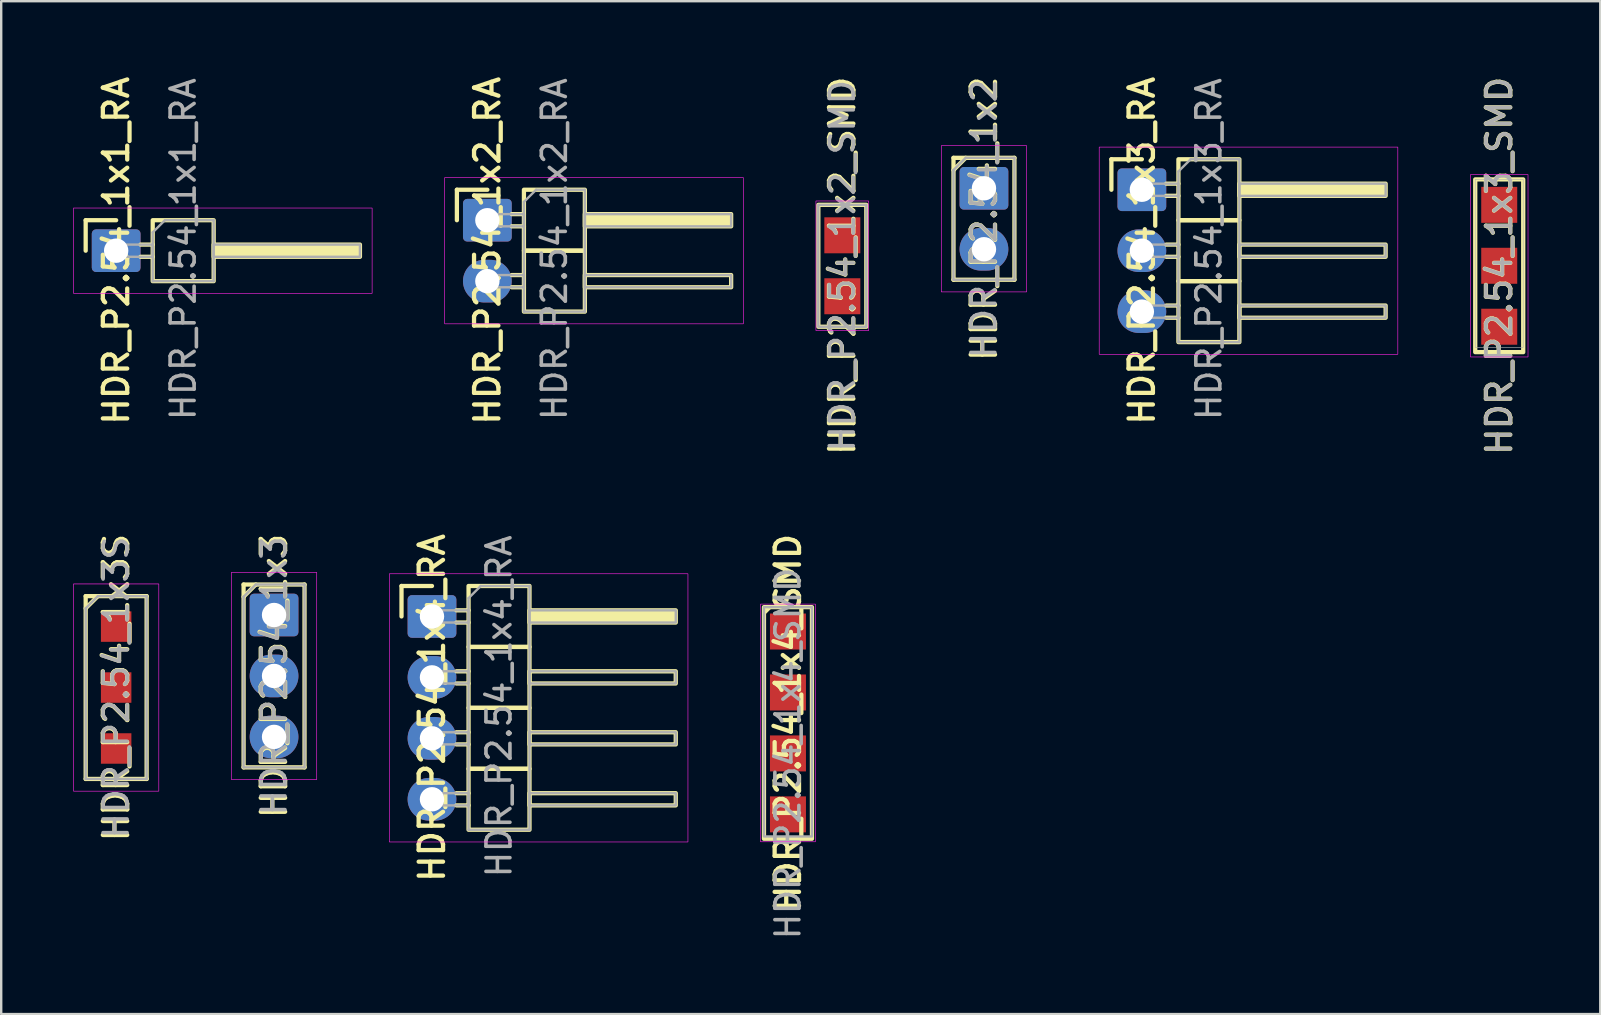
<source format=kicad_pcb>
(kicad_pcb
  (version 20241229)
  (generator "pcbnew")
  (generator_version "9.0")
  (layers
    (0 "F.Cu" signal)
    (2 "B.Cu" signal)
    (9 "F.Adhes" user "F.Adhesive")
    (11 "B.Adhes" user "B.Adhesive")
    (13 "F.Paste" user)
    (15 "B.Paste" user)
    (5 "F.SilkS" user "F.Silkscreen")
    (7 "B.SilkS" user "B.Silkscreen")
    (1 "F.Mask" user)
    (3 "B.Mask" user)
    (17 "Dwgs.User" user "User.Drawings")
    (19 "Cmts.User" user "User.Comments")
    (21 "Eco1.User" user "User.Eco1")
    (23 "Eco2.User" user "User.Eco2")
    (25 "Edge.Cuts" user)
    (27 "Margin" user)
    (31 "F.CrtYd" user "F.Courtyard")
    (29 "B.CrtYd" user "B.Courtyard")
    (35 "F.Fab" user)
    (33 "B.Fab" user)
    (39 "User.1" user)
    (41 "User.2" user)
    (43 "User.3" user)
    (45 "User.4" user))
  (footprint "HDR_P2.54_1x2"
    (layer "F.Cu")
    (at 37.959 6.068)
    (property "Reference" "HDR_P2.54_1x2" (at 0 0 90) (layer "F.SilkS") (effects (font (size 1.016 1.016) (thickness 0.178))))
    (attr through_hole)
    (fp_line (start -1.27 -2.54) (end -1.27 2.54) (stroke (width 0.178) (type solid)) (layer "F.SilkS"))
    (fp_line (start -1.27 -2.54) (end 1.27 -2.54) (stroke (width 0.178) (type solid)) (layer "F.SilkS"))
    (fp_line (start -1.27 -2.032) (end -0.762 -2.54) (stroke (width 0.178) (type solid)) (layer "F.SilkS"))
    (fp_line (start -1.27 2.54) (end 1.27 2.54) (stroke (width 0.178) (type solid)) (layer "F.SilkS"))
    (fp_line (start 1.27 -2.54) (end 1.27 2.54) (stroke (width 0.178) (type solid)) (layer "F.SilkS"))
    (fp_rect (start -1.778 -3.048) (end 1.778 3.048) (stroke (width 0.025) (type solid)) (fill no) (layer "F.CrtYd"))
    (fp_line (start -1.27 -2.032) (end -0.762 -2.54) (stroke (width 0.1) (type solid)) (layer "F.Fab"))
    (fp_line (start -1.27 2.54) (end -1.27 -2.032) (stroke (width 0.1) (type solid)) (layer "F.Fab"))
    (fp_line (start -0.762 -2.54) (end 1.27 -2.54) (stroke (width 0.1) (type solid)) (layer "F.Fab"))
    (fp_line (start 1.27 -2.54) (end 1.27 2.54) (stroke (width 0.1) (type solid)) (layer "F.Fab"))
    (fp_line (start 1.27 2.54) (end -1.27 2.54) (stroke (width 0.1) (type solid)) (layer "F.Fab"))
    (fp_text user "${REFERENCE}" (at 0 0 90) (layer "F.Fab") (effects (font (size 1 1) (thickness 0.15))))
    (pad "1" thru_hole roundrect (at 0 -1.27) (size 2.032 1.778) (drill 1.016) (layers "*.Cu" "*.Mask") (roundrect_rratio 0.1))
    (pad "2" thru_hole oval (at 0 1.27) (size 2.032 1.778) (drill 1.016) (layers "*.Cu" "*.Mask")))
  (footprint "HDR_P2.54_1x3_SMD"
    (layer "F.Cu")
    (at 59.434 8.027)
    (property "Reference" "HDR_P2.54_1x3_SMD" (at 0 0 90) (layer "F.SilkS") (effects (font (size 1.016 1.016) (thickness 0.178))))
    (attr smd)
    (fp_rect (start -1 -3.6) (end 1 3.6) (stroke (width 0.178) (type solid)) (fill no) (layer "F.SilkS"))
    (fp_rect (start -1.2 -3.8) (end 1.2 3.8) (stroke (width 0.025) (type solid)) (fill no) (layer "F.CrtYd"))
    (fp_rect (start -1 3.4) (end 1 -3.6) (stroke (width 0.025) (type solid)) (fill no) (layer "F.Fab"))
    (fp_text user "${REFERENCE}" (at 0 0 90) (layer "F.Fab") (effects (font (size 1.016 1.016) (thickness 0.152))))
    (pad "1" smd rect (at 0 -2.54) (size 1.5 1.5) (layers "F.Cu" "F.Mask" "F.Paste"))
    (pad "2" smd rect (at 0 0) (size 1.5 1.5) (layers "F.Cu" "F.Mask" "F.Paste"))
    (pad "3" smd rect (at 0 2.54) (size 1.5 1.5) (layers "F.Cu" "F.Mask" "F.Paste")))
  (footprint "HDR_P2.54_1x2_SMD"
    (layer "F.Cu")
    (at 32.056 8.027)
    (property "Reference" "HDR_P2.54_1x2_SMD" (at 0 0 90) (layer "F.SilkS") (effects (font (size 1.016 1.016) (thickness 0.178))))
    (attr smd)
    (fp_rect (start -1 -2.54) (end 1 2.54) (stroke (width 0.178) (type solid)) (fill no) (layer "F.SilkS"))
    (fp_rect (start -1.1 -2.7) (end 1.1 2.7) (stroke (width 0.025) (type solid)) (fill no) (layer "F.CrtYd"))
    (fp_rect (start -1 -2.54) (end 1 2.54) (stroke (width 0.1) (type solid)) (fill no) (layer "F.Fab"))
    (fp_text user "${REFERENCE}" (at 0 0 90) (layer "F.Fab") (effects (font (size 1 1) (thickness 0.15))))
    (pad "1" smd rect (at 0 -1.27) (size 1.5 1.5) (layers "F.Cu" "F.Mask" "F.Paste"))
    (pad "2" smd rect (at 0 1.27) (size 1.5 1.5) (layers "F.Cu" "F.Mask" "F.Paste")))
  (footprint "HDR_P2.54_1x2_RA"
    (layer "F.Cu")
    (at 17.262 7.398)
    (property "Reference" "HDR_P2.54_1x2_RA" (at 0 0 90) (layer "F.SilkS") (effects (font (size 1.016 1.016) (thickness 0.178))))
    (attr through_hole)
    (fp_line (start -1.27 -2.54) (end 0 -2.54) (stroke (width 0.178) (type solid)) (layer "F.SilkS"))
    (fp_line (start -1.27 -1.27) (end -1.27 -2.54) (stroke (width 0.178) (type solid)) (layer "F.SilkS"))
    (fp_line (start 1.016 -1.524) (end 1.524 -1.524) (stroke (width 0.178) (type solid)) (layer "F.SilkS"))
    (fp_line (start 1.016 -1.016) (end 1.524 -1.016) (stroke (width 0.178) (type solid)) (layer "F.SilkS"))
    (fp_line (start 1.016 1.016) (end 1.524 1.016) (stroke (width 0.178) (type solid)) (layer "F.SilkS"))
    (fp_line (start 1.016 1.524) (end 1.524 1.524) (stroke (width 0.178) (type solid)) (layer "F.SilkS"))
    (fp_rect (start 1.524 0) (end 4.064 -2.54) (stroke (width 0.178) (type solid)) (fill no) (layer "F.SilkS"))
    (fp_rect (start 1.524 2.54) (end 4.064 0) (stroke (width 0.178) (type solid)) (fill no) (layer "F.SilkS"))
    (fp_rect (start 4.064 -1.524) (end 10.16 -1.016) (stroke (width 0.178) (type solid)) (fill yes) (layer "F.SilkS"))
    (fp_rect (start 4.064 1.016) (end 10.16 1.524) (stroke (width 0.178) (type solid)) (fill no) (layer "F.SilkS"))
    (fp_rect (start -1.778 -3.048) (end 10.668 3.048) (stroke (width 0.025) (type solid)) (fill no) (layer "F.CrtYd"))
    (fp_line (start 1.524 -2.032) (end 2.032 -2.54) (stroke (width 0.1) (type solid)) (layer "F.Fab"))
    (fp_line (start 1.524 2.54) (end 1.524 -2.032) (stroke (width 0.1) (type solid)) (layer "F.Fab"))
    (fp_line (start 2.032 -2.54) (end 4.064 -2.54) (stroke (width 0.1) (type solid)) (layer "F.Fab"))
    (fp_line (start 4.064 -2.54) (end 4.064 2.54) (stroke (width 0.1) (type solid)) (layer "F.Fab"))
    (fp_line (start 4.064 2.54) (end 1.524 2.54) (stroke (width 0.1) (type solid)) (layer "F.Fab"))
    (fp_rect (start -0.254 -1.524) (end 1.524 -1.016) (stroke (width 0.1) (type solid)) (fill no) (layer "F.Fab"))
    (fp_rect (start -0.254 1.524) (end 1.524 1.016) (stroke (width 0.1) (type solid)) (fill no) (layer "F.Fab"))
    (fp_rect (start 4.064 -1.524) (end 10.16 -1.016) (stroke (width 0.1) (type solid)) (fill no) (layer "F.Fab"))
    (fp_rect (start 4.064 1.016) (end 10.16 1.524) (stroke (width 0.1) (type solid)) (fill no) (layer "F.Fab"))
    (fp_text user "${REFERENCE}" (at 2.794 -0.066 90) (layer "F.Fab") (effects (font (size 1 1) (thickness 0.15))))
    (pad "1" thru_hole roundrect (at 0 -1.27) (size 2.032 1.778) (drill 1.016) (layers "*.Cu" "*.Mask") (roundrect_rratio 0.1))
    (pad "2" thru_hole oval (at 0 1.27) (size 2.032 1.778) (drill 1.016) (layers "*.Cu" "*.Mask")))
  (footprint "HDR_P2.54_1x1_RA"
    (layer "F.Cu")
    (at 1.791 7.398)
    (property "Reference" "HDR_P2.54_1x1_RA" (at 0 0 90) (layer "F.SilkS") (effects (font (size 1.016 1.016) (thickness 0.178))))
    (attr through_hole)
    (fp_line (start -1.27 -1.27) (end 0 -1.27) (stroke (width 0.178) (type solid)) (layer "F.SilkS"))
    (fp_line (start -1.27 0) (end -1.27 -1.27) (stroke (width 0.178) (type solid)) (layer "F.SilkS"))
    (fp_line (start 1.016 -0.254) (end 1.524 -0.254) (stroke (width 0.178) (type solid)) (layer "F.SilkS"))
    (fp_line (start 1.016 0.254) (end 1.524 0.254) (stroke (width 0.178) (type solid)) (layer "F.SilkS"))
    (fp_rect (start 1.524 1.27) (end 4.064 -1.27) (stroke (width 0.178) (type solid)) (fill no) (layer "F.SilkS"))
    (fp_rect (start 4.064 -0.254) (end 10.16 0.254) (stroke (width 0.178) (type solid)) (fill yes) (layer "F.SilkS"))
    (fp_rect (start -1.778 -1.778) (end 10.668 1.778) (stroke (width 0.025) (type solid)) (fill no) (layer "F.CrtYd"))
    (fp_line (start 1.524 -0.762) (end 2.032 -1.27) (stroke (width 0.1) (type solid)) (layer "F.Fab"))
    (fp_line (start 1.524 1.27) (end 1.524 -0.762) (stroke (width 0.1) (type solid)) (layer "F.Fab"))
    (fp_line (start 2.032 -1.27) (end 4.064 -1.27) (stroke (width 0.1) (type solid)) (layer "F.Fab"))
    (fp_line (start 4.064 -1.27) (end 4.064 1.27) (stroke (width 0.1) (type solid)) (layer "F.Fab"))
    (fp_line (start 4.064 1.27) (end 1.524 1.27) (stroke (width 0.1) (type solid)) (layer "F.Fab"))
    (fp_rect (start -0.254 0.254) (end 1.524 -0.254) (stroke (width 0.1) (type solid)) (fill no) (layer "F.Fab"))
    (fp_rect (start 4.064 -0.254) (end 10.16 0.254) (stroke (width 0.1) (type solid)) (fill no) (layer "F.Fab"))
    (fp_text user "${REFERENCE}" (at 2.794 -0.066 90) (layer "F.Fab") (effects (font (size 1 1) (thickness 0.15))))
    (pad "1" thru_hole roundrect (at 0 0) (size 2.032 1.778) (drill 1.016) (layers "*.Cu" "*.Mask") (roundrect_rratio 0.1)))
  (footprint "HDR_P2.54_1x3S"
    (layer "F.Cu")
    (at 1.791 25.605)
    (property "Reference" "HDR_P2.54_1x3S" (at 0 0 90) (layer "F.SilkS") (effects (font (size 1.016 1.016) (thickness 0.178))))
    (attr through_hole)
    (fp_line (start -1.27 -3.81) (end -1.27 3.81) (stroke (width 0.178) (type solid)) (layer "F.SilkS"))
    (fp_line (start -1.27 -3.81) (end 1.27 -3.81) (stroke (width 0.178) (type solid)) (layer "F.SilkS"))
    (fp_line (start -1.27 -3.302) (end -0.762 -3.81) (stroke (width 0.178) (type solid)) (layer "F.SilkS"))
    (fp_line (start -1.27 3.81) (end 1.27 3.81) (stroke (width 0.178) (type solid)) (layer "F.SilkS"))
    (fp_line (start 1.27 -3.81) (end 1.27 3.81) (stroke (width 0.178) (type solid)) (layer "F.SilkS"))
    (fp_rect (start -1.778 -4.318) (end 1.778 4.318) (stroke (width 0.025) (type solid)) (fill no) (layer "F.CrtYd"))
    (fp_line (start -1.27 -3.302) (end -0.762 -3.81) (stroke (width 0.1) (type solid)) (layer "F.Fab"))
    (fp_line (start -1.27 3.81) (end -1.27 -3.302) (stroke (width 0.1) (type solid)) (layer "F.Fab"))
    (fp_line (start -0.762 -3.81) (end 1.27 -3.81) (stroke (width 0.1) (type solid)) (layer "F.Fab"))
    (fp_line (start 1.27 -3.81) (end 1.27 3.81) (stroke (width 0.1) (type solid)) (layer "F.Fab"))
    (fp_line (start 1.27 3.81) (end -1.27 3.81) (stroke (width 0.1) (type solid)) (layer "F.Fab"))
    (fp_text user "${REFERENCE}" (at 0 0 90) (layer "F.Fab") (effects (font (size 1 1) (thickness 0.15))))
    (pad "1" smd rect (at 0 -2.54) (size 1.27 1.27) (layers "F.Cu" "F.Mask" "F.Paste"))
    (pad "2" smd rect (at 0 0) (size 1.27 1.27) (layers "F.Cu" "F.Mask" "F.Paste"))
    (pad "3" smd rect (at 0 2.54) (size 1.27 1.27) (layers "F.Cu" "F.Mask" "F.Paste")))
  (footprint "HDR_P2.54_1x4_RA"
    (layer "F.Cu")
    (at 14.954 26.452)
    (property "Reference" "HDR_P2.54_1x4_RA" (at 0 0 90) (layer "F.SilkS") (effects (font (size 1.016 1.016) (thickness 0.178))))
    (attr through_hole)
    (fp_line (start -1.27 -5.08) (end 0 -5.08) (stroke (width 0.178) (type solid)) (layer "F.SilkS"))
    (fp_line (start -1.27 -3.81) (end -1.27 -5.08) (stroke (width 0.178) (type solid)) (layer "F.SilkS"))
    (fp_line (start 1.016 -4.064) (end 1.524 -4.064) (stroke (width 0.178) (type solid)) (layer "F.SilkS"))
    (fp_line (start 1.016 -3.556) (end 1.524 -3.556) (stroke (width 0.178) (type solid)) (layer "F.SilkS"))
    (fp_line (start 1.016 -1.524) (end 1.524 -1.524) (stroke (width 0.178) (type solid)) (layer "F.SilkS"))
    (fp_line (start 1.016 -1.016) (end 1.524 -1.016) (stroke (width 0.178) (type solid)) (layer "F.SilkS"))
    (fp_line (start 1.016 1.016) (end 1.524 1.016) (stroke (width 0.178) (type solid)) (layer "F.SilkS"))
    (fp_line (start 1.016 1.524) (end 1.524 1.524) (stroke (width 0.178) (type solid)) (layer "F.SilkS"))
    (fp_line (start 1.016 3.556) (end 1.524 3.556) (stroke (width 0.178) (type solid)) (layer "F.SilkS"))
    (fp_line (start 1.016 4.064) (end 1.524 4.064) (stroke (width 0.178) (type solid)) (layer "F.SilkS"))
    (fp_rect (start 1.524 -2.54) (end 4.064 -5.08) (stroke (width 0.178) (type solid)) (fill no) (layer "F.SilkS"))
    (fp_rect (start 1.524 0) (end 4.064 -2.54) (stroke (width 0.178) (type solid)) (fill no) (layer "F.SilkS"))
    (fp_rect (start 1.524 2.54) (end 4.064 0) (stroke (width 0.178) (type solid)) (fill no) (layer "F.SilkS"))
    (fp_rect (start 1.524 5.08) (end 4.064 2.54) (stroke (width 0.178) (type solid)) (fill no) (layer "F.SilkS"))
    (fp_rect (start 4.064 -4.064) (end 10.16 -3.556) (stroke (width 0.178) (type solid)) (fill yes) (layer "F.SilkS"))
    (fp_rect (start 4.064 -1.524) (end 10.16 -1.016) (stroke (width 0.178) (type solid)) (fill no) (layer "F.SilkS"))
    (fp_rect (start 4.064 1.016) (end 10.16 1.524) (stroke (width 0.178) (type solid)) (fill no) (layer "F.SilkS"))
    (fp_rect (start 4.064 3.556) (end 10.16 4.064) (stroke (width 0.178) (type solid)) (fill no) (layer "F.SilkS"))
    (fp_rect (start -1.778 -5.588) (end 10.668 5.588) (stroke (width 0.025) (type solid)) (fill no) (layer "F.CrtYd"))
    (fp_line (start 1.524 -4.572) (end 2.032 -5.08) (stroke (width 0.1) (type solid)) (layer "F.Fab"))
    (fp_line (start 1.524 5.08) (end 1.524 -4.572) (stroke (width 0.1) (type solid)) (layer "F.Fab"))
    (fp_line (start 2.032 -5.08) (end 4.064 -5.08) (stroke (width 0.1) (type solid)) (layer "F.Fab"))
    (fp_line (start 4.064 -5.08) (end 4.064 5.08) (stroke (width 0.1) (type solid)) (layer "F.Fab"))
    (fp_line (start 4.064 5.08) (end 1.524 5.08) (stroke (width 0.1) (type solid)) (layer "F.Fab"))
    (fp_rect (start -0.254 -4.064) (end 1.524 -3.556) (stroke (width 0.1) (type solid)) (fill no) (layer "F.Fab"))
    (fp_rect (start -0.254 -1.524) (end 1.524 -1.016) (stroke (width 0.1) (type solid)) (fill no) (layer "F.Fab"))
    (fp_rect (start -0.254 1.524) (end 1.524 1.016) (stroke (width 0.1) (type solid)) (fill no) (layer "F.Fab"))
    (fp_rect (start -0.254 3.556) (end 1.524 4.064) (stroke (width 0.1) (type solid)) (fill no) (layer "F.Fab"))
    (fp_rect (start 4.064 -4.064) (end 10.16 -3.556) (stroke (width 0.1) (type solid)) (fill no) (layer "F.Fab"))
    (fp_rect (start 4.064 -1.524) (end 10.16 -1.016) (stroke (width 0.1) (type solid)) (fill no) (layer "F.Fab"))
    (fp_rect (start 4.064 1.016) (end 10.16 1.524) (stroke (width 0.1) (type solid)) (fill no) (layer "F.Fab"))
    (fp_rect (start 4.064 3.556) (end 10.16 4.064) (stroke (width 0.1) (type solid)) (fill no) (layer "F.Fab"))
    (fp_text user "${REFERENCE}" (at 2.794 -0.066 90) (layer "F.Fab") (effects (font (size 1 1) (thickness 0.15))))
    (pad "1" thru_hole roundrect (at 0 -3.81) (size 2.032 1.778) (drill 1.016) (layers "*.Cu" "*.Mask") (roundrect_rratio 0.1))
    (pad "2" thru_hole oval (at 0 -1.27) (size 2.032 1.778) (drill 1.016) (layers "*.Cu" "*.Mask"))
    (pad "3" thru_hole oval (at 0 1.27) (size 2.032 1.778) (drill 1.016) (layers "*.Cu" "*.Mask"))
    (pad "4" thru_hole oval (at 0 3.81) (size 2.032 1.778) (drill 1.016) (layers "*.Cu" "*.Mask")))
  (footprint "HDR_P2.54_1x4_SMD"
    (layer "F.Cu")
    (at 29.79 27.081)
    (property "Reference" "HDR_P2.54_1x4_SMD" (at 0 0 90) (layer "F.SilkS") (effects (font (size 1.016 1.016) (thickness 0.178))))
    (attr smd)
    (fp_line (start -0.962 -4.626) (end -0.762 -4.826) (stroke (width 0.178) (type solid)) (layer "F.SilkS"))
    (fp_rect (start -1 -4.826) (end 1 4.826) (stroke (width 0.178) (type solid)) (fill no) (layer "F.SilkS"))
    (fp_rect (start -1.143 -4.953) (end 1.143 4.953) (stroke (width 0.025) (type solid)) (fill no) (layer "F.CrtYd"))
    (fp_rect (start -1 4.73) (end 1 -4.826) (stroke (width 0.1) (type solid)) (fill no) (layer "F.Fab"))
    (fp_text user "${REFERENCE}" (at 0 1.27 90) (layer "F.Fab") (effects (font (size 1 1) (thickness 0.15))))
    (pad "1" smd rect (at 0 -3.81) (size 1.5 1.5) (layers "F.Cu" "F.Mask" "F.Paste"))
    (pad "2" smd rect (at 0 -1.27) (size 1.5 1.5) (layers "F.Cu" "F.Mask" "F.Paste"))
    (pad "3" smd rect (at 0 1.27) (size 1.5 1.5) (layers "F.Cu" "F.Mask" "F.Paste"))
    (pad "4" smd rect (at 0 3.81) (size 1.5 1.5) (layers "F.Cu" "F.Mask" "F.Paste")))
  (footprint "HDR_P2.54_1x3"
    (layer "F.Cu")
    (at 8.372 25.122)
    (property "Reference" "HDR_P2.54_1x3" (at 0 0 90) (layer "F.SilkS") (effects (font (size 1.016 1.016) (thickness 0.178))))
    (attr through_hole)
    (fp_line (start -1.27 -3.81) (end -1.27 3.81) (stroke (width 0.178) (type solid)) (layer "F.SilkS"))
    (fp_line (start -1.27 -3.81) (end 1.27 -3.81) (stroke (width 0.178) (type solid)) (layer "F.SilkS"))
    (fp_line (start -1.27 -3.302) (end -0.762 -3.81) (stroke (width 0.178) (type solid)) (layer "F.SilkS"))
    (fp_line (start -1.27 3.81) (end 1.27 3.81) (stroke (width 0.178) (type solid)) (layer "F.SilkS"))
    (fp_line (start 1.27 -3.81) (end 1.27 3.81) (stroke (width 0.178) (type solid)) (layer "F.SilkS"))
    (fp_rect (start -1.778 -4.318) (end 1.778 4.318) (stroke (width 0.025) (type solid)) (fill no) (layer "F.CrtYd"))
    (fp_line (start -1.27 -3.302) (end -0.762 -3.81) (stroke (width 0.1) (type solid)) (layer "F.Fab"))
    (fp_line (start -1.27 3.81) (end -1.27 -3.302) (stroke (width 0.1) (type solid)) (layer "F.Fab"))
    (fp_line (start -0.762 -3.81) (end 1.27 -3.81) (stroke (width 0.1) (type solid)) (layer "F.Fab"))
    (fp_line (start 1.27 -3.81) (end 1.27 3.81) (stroke (width 0.1) (type solid)) (layer "F.Fab"))
    (fp_line (start 1.27 3.81) (end -1.27 3.81) (stroke (width 0.1) (type solid)) (layer "F.Fab"))
    (fp_text user "${REFERENCE}" (at 0 0 90) (layer "F.Fab") (effects (font (size 1 1) (thickness 0.15))))
    (pad "1" thru_hole roundrect (at 0 -2.54) (size 2.032 1.778) (drill 1.016) (layers "*.Cu" "*.Mask") (roundrect_rratio 0.1))
    (pad "2" thru_hole oval (at 0 0) (size 2.032 1.778) (drill 1.016) (layers "*.Cu" "*.Mask"))
    (pad "3" thru_hole oval (at 0 2.54) (size 2.032 1.778) (drill 1.016) (layers "*.Cu" "*.Mask")))
  (footprint "HDR_P2.54_1x3_RA"
    (layer "F.Cu")
    (at 44.54 7.398)
    (property "Reference" "HDR_P2.54_1x3_RA" (at 0 0 90) (layer "F.SilkS") (effects (font (size 1.016 1.016) (thickness 0.178))))
    (attr through_hole)
    (fp_line (start -1.27 -3.81) (end 0 -3.81) (stroke (width 0.178) (type solid)) (layer "F.SilkS"))
    (fp_line (start -1.27 -2.54) (end -1.27 -3.81) (stroke (width 0.178) (type solid)) (layer "F.SilkS"))
    (fp_line (start 1.016 -2.794) (end 1.524 -2.794) (stroke (width 0.178) (type solid)) (layer "F.SilkS"))
    (fp_line (start 1.016 -2.286) (end 1.524 -2.286) (stroke (width 0.178) (type solid)) (layer "F.SilkS"))
    (fp_line (start 1.016 -0.254) (end 1.524 -0.254) (stroke (width 0.178) (type solid)) (layer "F.SilkS"))
    (fp_line (start 1.016 0.254) (end 1.524 0.254) (stroke (width 0.178) (type solid)) (layer "F.SilkS"))
    (fp_line (start 1.016 2.286) (end 1.524 2.286) (stroke (width 0.178) (type solid)) (layer "F.SilkS"))
    (fp_line (start 1.016 2.794) (end 1.524 2.794) (stroke (width 0.178) (type solid)) (layer "F.SilkS"))
    (fp_rect (start 1.524 -1.27) (end 4.064 -3.81) (stroke (width 0.178) (type solid)) (fill no) (layer "F.SilkS"))
    (fp_rect (start 1.524 1.27) (end 4.064 -1.27) (stroke (width 0.178) (type solid)) (fill no) (layer "F.SilkS"))
    (fp_rect (start 1.524 3.81) (end 4.064 1.27) (stroke (width 0.178) (type solid)) (fill no) (layer "F.SilkS"))
    (fp_rect (start 4.064 -2.794) (end 10.16 -2.286) (stroke (width 0.178) (type solid)) (fill yes) (layer "F.SilkS"))
    (fp_rect (start 4.064 -0.254) (end 10.16 0.254) (stroke (width 0.178) (type solid)) (fill no) (layer "F.SilkS"))
    (fp_rect (start 4.064 2.286) (end 10.16 2.794) (stroke (width 0.178) (type solid)) (fill no) (layer "F.SilkS"))
    (fp_rect (start -1.778 -4.318) (end 10.668 4.318) (stroke (width 0.025) (type solid)) (fill no) (layer "F.CrtYd"))
    (fp_line (start 1.524 -3.302) (end 2.032 -3.81) (stroke (width 0.1) (type solid)) (layer "F.Fab"))
    (fp_line (start 1.524 3.81) (end 1.524 -3.302) (stroke (width 0.1) (type solid)) (layer "F.Fab"))
    (fp_line (start 2.032 -3.81) (end 4.064 -3.81) (stroke (width 0.1) (type solid)) (layer "F.Fab"))
    (fp_line (start 4.064 -3.81) (end 4.064 3.81) (stroke (width 0.1) (type solid)) (layer "F.Fab"))
    (fp_line (start 4.064 3.81) (end 1.524 3.81) (stroke (width 0.1) (type solid)) (layer "F.Fab"))
    (fp_rect (start -0.254 -2.794) (end 1.524 -2.286) (stroke (width 0.1) (type solid)) (fill no) (layer "F.Fab"))
    (fp_rect (start -0.254 0.254) (end 1.524 -0.254) (stroke (width 0.1) (type solid)) (fill no) (layer "F.Fab"))
    (fp_rect (start -0.254 2.286) (end 1.524 2.794) (stroke (width 0.1) (type solid)) (fill no) (layer "F.Fab"))
    (fp_rect (start 4.064 -2.794) (end 10.16 -2.286) (stroke (width 0.1) (type solid)) (fill no) (layer "F.Fab"))
    (fp_rect (start 4.064 -0.254) (end 10.16 0.254) (stroke (width 0.1) (type solid)) (fill no) (layer "F.Fab"))
    (fp_rect (start 4.064 2.286) (end 10.16 2.794) (stroke (width 0.1) (type solid)) (fill no) (layer "F.Fab"))
    (fp_text user "${REFERENCE}" (at 2.794 -0.066 90) (layer "F.Fab") (effects (font (size 1 1) (thickness 0.15))))
    (pad "1" thru_hole roundrect (at 0 -2.54) (size 2.032 1.778) (drill 1.016) (layers "*.Cu" "*.Mask") (roundrect_rratio 0.1))
    (pad "2" thru_hole oval (at 0 0) (size 2.032 1.778) (drill 1.016) (layers "*.Cu" "*.Mask"))
    (pad "3" thru_hole oval (at 0 2.54) (size 2.032 1.778) (drill 1.016) (layers "*.Cu" "*.Mask")))
  (gr_rect
    (start -3 -3)
    (end 63.646 39.214)
    (stroke (width 0.1) (type default))
    (fill no)
    (layer "Edge.Cuts")))
</source>
